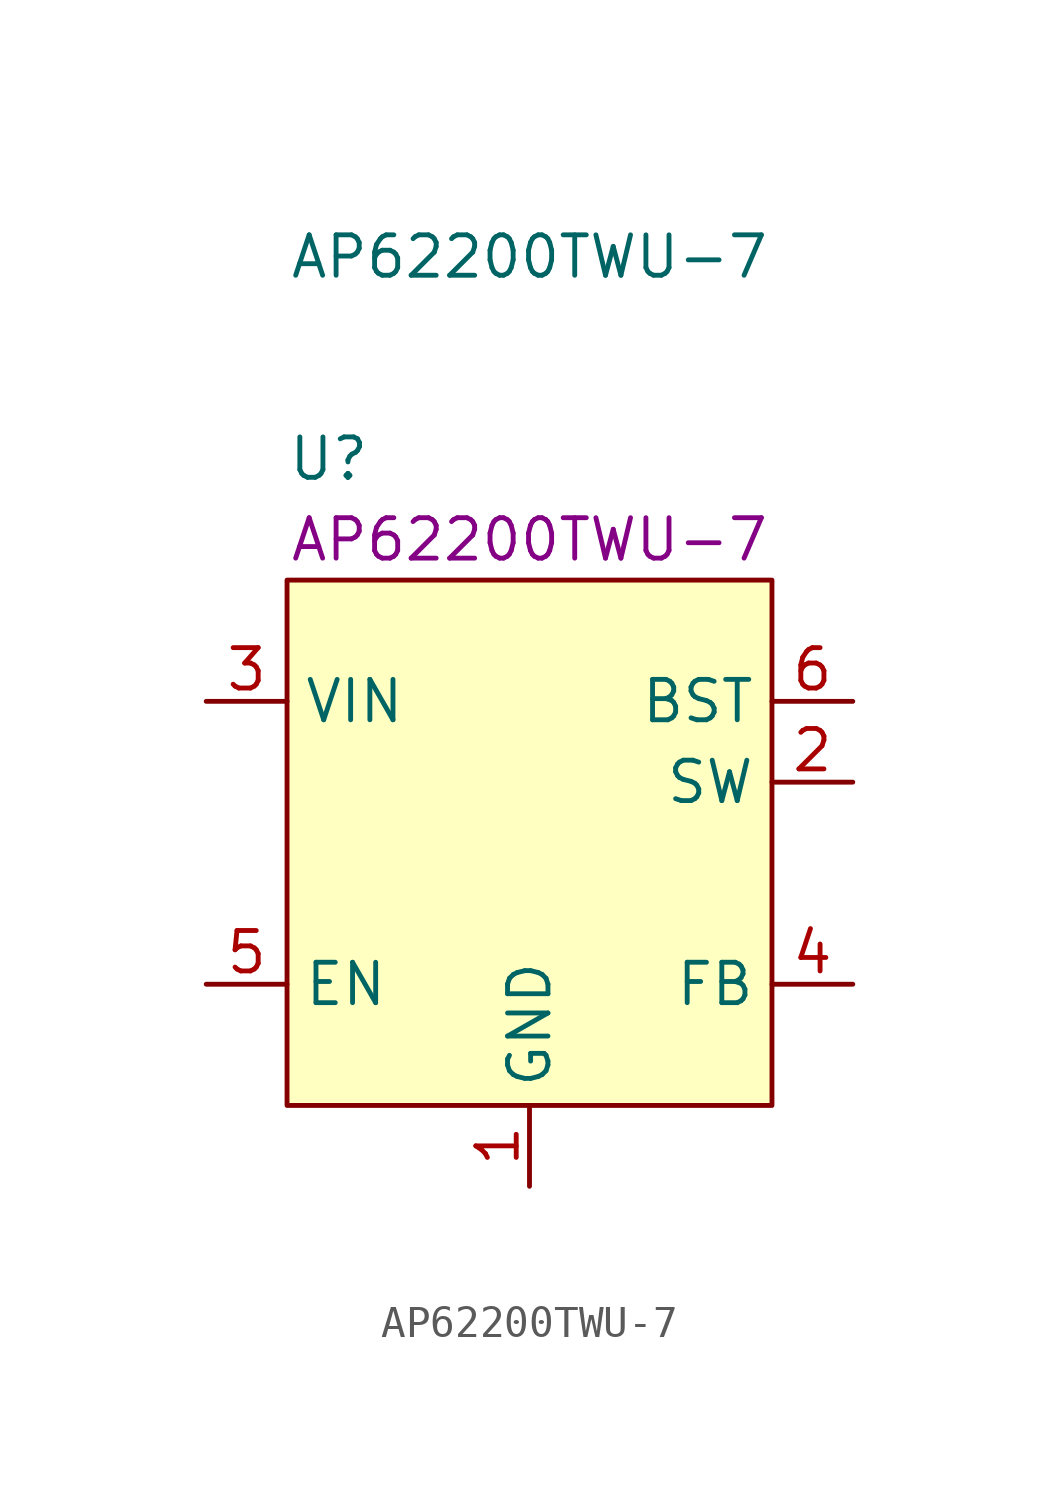
<source format=kicad_sym>
(kicad_symbol_lib
  (version 20220914)
  (generator kicad_symbol_editor)
  (symbol "AP62200TWU-7"
    (property "Reference" "U"
      (at -7.62 11.43 0)
      (effects (font (size 1.27 1.27)) (justify left)))
    (property "Value" "AP62200TWU-7"
      (at 0 17.78 0)
      (effects (font (size 1.27 1.27))))
    (property "UserValue" "AP62200TWU-7"
      (at 0 8.89 0)
      (effects (font (size 1.27 1.27))))
    (symbol "AP62200TWU-7_0_0"
      (pin power_in line (at 0 -11.43 90) (length 2.54) (name "GND" (effects (font (size 1.27 1.27)))) (number "1" (effects (font (size 1.27 1.27)))))
      (pin power_out line (at 10.16 1.27 180) (length 2.54) (name "SW" (effects (font (size 1.27 1.27)))) (number "2" (effects (font (size 1.27 1.27)))))
      (pin power_in line (at -10.16 3.81 0) (length 2.54) (name "VIN" (effects (font (size 1.27 1.27)))) (number "3" (effects (font (size 1.27 1.27)))))
      (pin input line (at 10.16 -5.08 180) (length 2.54) (name "FB" (effects (font (size 1.27 1.27)))) (number "4" (effects (font (size 1.27 1.27)))))
      (pin input line (at -10.16 -5.08 0) (length 2.54) (name "EN" (effects (font (size 1.27 1.27)))) (number "5" (effects (font (size 1.27 1.27)))))
      (pin passive line (at 10.16 3.81 180) (length 2.54) (name "BST" (effects (font (size 1.27 1.27)))) (number "6" (effects (font (size 1.27 1.27))))))
    (symbol "AP62200TWU-7_0_1"
      (rectangle (start -7.62 7.62) (end 7.62 -8.89) (stroke (width 0) (type default)) (fill (type background))))))
</source>
